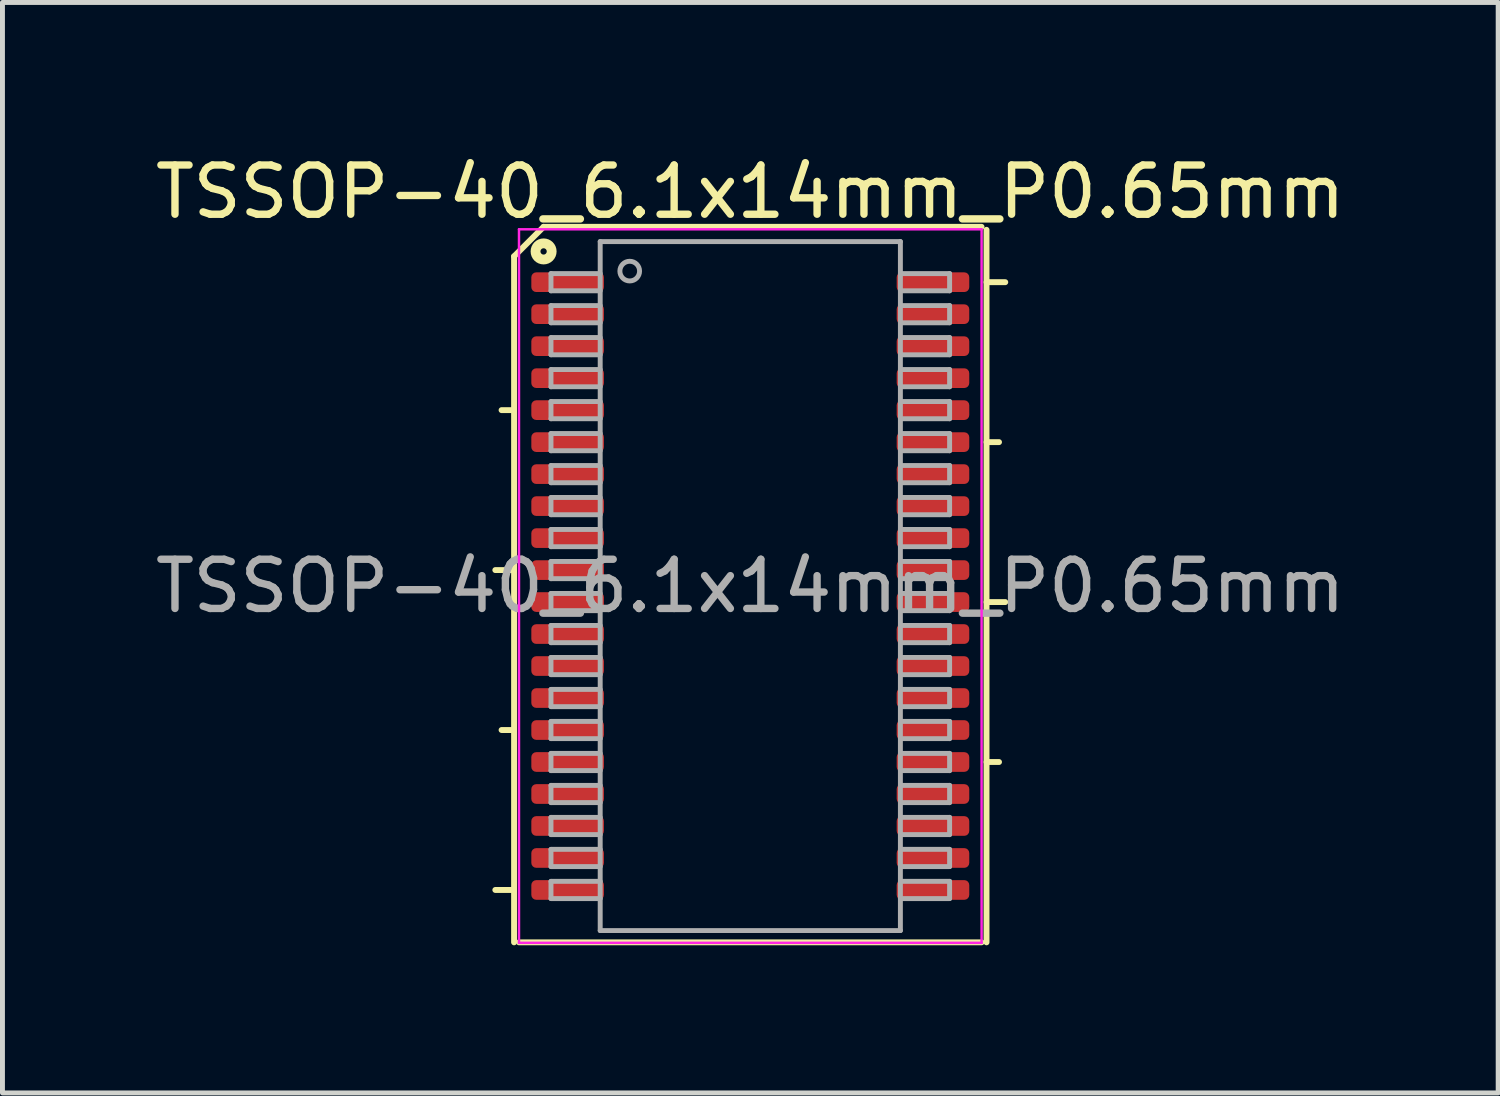
<source format=kicad_pcb>
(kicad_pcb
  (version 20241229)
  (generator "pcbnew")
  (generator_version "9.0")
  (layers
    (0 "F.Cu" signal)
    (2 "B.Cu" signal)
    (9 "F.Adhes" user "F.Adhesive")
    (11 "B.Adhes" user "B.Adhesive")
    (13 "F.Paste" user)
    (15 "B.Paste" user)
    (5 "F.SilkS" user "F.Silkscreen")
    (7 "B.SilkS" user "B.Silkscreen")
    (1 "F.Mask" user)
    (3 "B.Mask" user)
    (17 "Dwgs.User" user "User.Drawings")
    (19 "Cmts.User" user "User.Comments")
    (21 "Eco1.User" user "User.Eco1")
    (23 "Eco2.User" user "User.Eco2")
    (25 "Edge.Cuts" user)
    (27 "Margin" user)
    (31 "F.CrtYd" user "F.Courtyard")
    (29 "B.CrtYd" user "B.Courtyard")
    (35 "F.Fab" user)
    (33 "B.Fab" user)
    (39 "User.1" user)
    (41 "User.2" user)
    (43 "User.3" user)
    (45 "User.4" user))
  (footprint "TSSOP-40_6.1x14mm_P0.65mm"
    (layer "F.Cu")
    (at 12.196 8.859)
    (property "Reference" "TSSOP-40_6.1x14mm_P0.65mm" (at 0 -8.011 0) (layer "F.SilkS") (effects (font (size 1 1) (thickness 0.15))))
    (attr smd)
    (fp_line (start -4.8 -6.7) (end -4.8 7.239) (stroke (width 0.12) (type solid)) (layer "F.SilkS"))
    (fp_line (start -4.8 -6.7) (end -4.2 -7.3) (stroke (width 0.12) (type solid)) (layer "F.SilkS"))
    (fp_line (start -4.8 -3.575) (end -5.054 -3.575) (stroke (width 0.12) (type solid)) (layer "F.SilkS"))
    (fp_line (start -4.8 -0.325) (end -5.181 -0.325) (stroke (width 0.12) (type solid)) (layer "F.SilkS"))
    (fp_line (start -4.8 2.925) (end -5.054 2.925) (stroke (width 0.12) (type solid)) (layer "F.SilkS"))
    (fp_line (start -4.8 6.175) (end -5.181 6.175) (stroke (width 0.12) (type solid)) (layer "F.SilkS"))
    (fp_line (start -4.699 7.239) (end 4.699 7.239) (stroke (width 0.12) (type solid)) (layer "F.SilkS"))
    (fp_line (start 4.699 -7.3) (end -4.2 -7.3) (stroke (width 0.12) (type solid)) (layer "F.SilkS"))
    (fp_line (start 4.8 -6.175) (end 5.181 -6.175) (stroke (width 0.12) (type solid)) (layer "F.SilkS"))
    (fp_line (start 4.8 -2.925) (end 5.054 -2.925) (stroke (width 0.12) (type solid)) (layer "F.SilkS"))
    (fp_line (start 4.8 0.325) (end 5.181 0.325) (stroke (width 0.12) (type solid)) (layer "F.SilkS"))
    (fp_line (start 4.8 3.575) (end 5.054 3.575) (stroke (width 0.12) (type solid)) (layer "F.SilkS"))
    (fp_line (start 4.8 7.239) (end 4.8 -7.239) (stroke (width 0.12) (type solid)) (layer "F.SilkS"))
    (fp_circle (center -4.2 -6.8) (end -4.136 -6.8) (stroke (width 0.2) (type solid)) (fill no) (layer "F.SilkS"))
    (fp_line (start -4.7 -7.25) (end -4.7 7.25) (stroke (width 0.05) (type solid)) (layer "F.CrtYd"))
    (fp_line (start -4.7 7.25) (end 4.7 7.25) (stroke (width 0.05) (type solid)) (layer "F.CrtYd"))
    (fp_line (start 4.7 -7.25) (end -4.7 -7.25) (stroke (width 0.05) (type solid)) (layer "F.CrtYd"))
    (fp_line (start 4.7 7.25) (end 4.7 -7.25) (stroke (width 0.05) (type solid)) (layer "F.CrtYd"))
    (fp_line (start -4.05 -6.35) (end -4.05 -6) (stroke (width 0.1) (type solid)) (layer "F.Fab"))
    (fp_line (start -4.05 -6.35) (end -3.05 -6.35) (stroke (width 0.1) (type solid)) (layer "F.Fab"))
    (fp_line (start -4.05 -6) (end -3.05 -6) (stroke (width 0.1) (type solid)) (layer "F.Fab"))
    (fp_line (start -4.05 -5.7) (end -4.05 -5.35) (stroke (width 0.1) (type solid)) (layer "F.Fab"))
    (fp_line (start -4.05 -5.7) (end -3.05 -5.7) (stroke (width 0.1) (type solid)) (layer "F.Fab"))
    (fp_line (start -4.05 -5.35) (end -3.05 -5.35) (stroke (width 0.1) (type solid)) (layer "F.Fab"))
    (fp_line (start -4.05 -5.05) (end -4.05 -4.7) (stroke (width 0.1) (type solid)) (layer "F.Fab"))
    (fp_line (start -4.05 -5.05) (end -3.05 -5.05) (stroke (width 0.1) (type solid)) (layer "F.Fab"))
    (fp_line (start -4.05 -4.7) (end -3.05 -4.7) (stroke (width 0.1) (type solid)) (layer "F.Fab"))
    (fp_line (start -4.05 -4.4) (end -4.05 -4.05) (stroke (width 0.1) (type solid)) (layer "F.Fab"))
    (fp_line (start -4.05 -4.4) (end -3.05 -4.4) (stroke (width 0.1) (type solid)) (layer "F.Fab"))
    (fp_line (start -4.05 -4.05) (end -3.05 -4.05) (stroke (width 0.1) (type solid)) (layer "F.Fab"))
    (fp_line (start -4.05 -3.75) (end -4.05 -3.4) (stroke (width 0.1) (type solid)) (layer "F.Fab"))
    (fp_line (start -4.05 -3.75) (end -3.05 -3.75) (stroke (width 0.1) (type solid)) (layer "F.Fab"))
    (fp_line (start -4.05 -3.4) (end -3.05 -3.4) (stroke (width 0.1) (type solid)) (layer "F.Fab"))
    (fp_line (start -4.05 -3.1) (end -4.05 -2.75) (stroke (width 0.1) (type solid)) (layer "F.Fab"))
    (fp_line (start -4.05 -3.1) (end -3.05 -3.1) (stroke (width 0.1) (type solid)) (layer "F.Fab"))
    (fp_line (start -4.05 -2.75) (end -3.05 -2.75) (stroke (width 0.1) (type solid)) (layer "F.Fab"))
    (fp_line (start -4.05 -2.45) (end -4.05 -2.1) (stroke (width 0.1) (type solid)) (layer "F.Fab"))
    (fp_line (start -4.05 -2.45) (end -3.05 -2.45) (stroke (width 0.1) (type solid)) (layer "F.Fab"))
    (fp_line (start -4.05 -2.1) (end -3.05 -2.1) (stroke (width 0.1) (type solid)) (layer "F.Fab"))
    (fp_line (start -4.05 -1.8) (end -4.05 -1.45) (stroke (width 0.1) (type solid)) (layer "F.Fab"))
    (fp_line (start -4.05 -1.8) (end -3.05 -1.8) (stroke (width 0.1) (type solid)) (layer "F.Fab"))
    (fp_line (start -4.05 -1.45) (end -3.05 -1.45) (stroke (width 0.1) (type solid)) (layer "F.Fab"))
    (fp_line (start -4.05 -1.15) (end -4.05 -0.8) (stroke (width 0.1) (type solid)) (layer "F.Fab"))
    (fp_line (start -4.05 -1.15) (end -3.05 -1.15) (stroke (width 0.1) (type solid)) (layer "F.Fab"))
    (fp_line (start -4.05 -0.8) (end -3.05 -0.8) (stroke (width 0.1) (type solid)) (layer "F.Fab"))
    (fp_line (start -4.05 -0.5) (end -4.05 -0.15) (stroke (width 0.1) (type solid)) (layer "F.Fab"))
    (fp_line (start -4.05 -0.5) (end -3.05 -0.5) (stroke (width 0.1) (type solid)) (layer "F.Fab"))
    (fp_line (start -4.05 -0.15) (end -3.05 -0.15) (stroke (width 0.1) (type solid)) (layer "F.Fab"))
    (fp_line (start -4.05 0.15) (end -4.05 0.5) (stroke (width 0.1) (type solid)) (layer "F.Fab"))
    (fp_line (start -4.05 0.15) (end -3.05 0.15) (stroke (width 0.1) (type solid)) (layer "F.Fab"))
    (fp_line (start -4.05 0.5) (end -3.05 0.5) (stroke (width 0.1) (type solid)) (layer "F.Fab"))
    (fp_line (start -4.05 0.8) (end -4.05 1.15) (stroke (width 0.1) (type solid)) (layer "F.Fab"))
    (fp_line (start -4.05 0.8) (end -3.05 0.8) (stroke (width 0.1) (type solid)) (layer "F.Fab"))
    (fp_line (start -4.05 1.15) (end -3.05 1.15) (stroke (width 0.1) (type solid)) (layer "F.Fab"))
    (fp_line (start -4.05 1.45) (end -4.05 1.8) (stroke (width 0.1) (type solid)) (layer "F.Fab"))
    (fp_line (start -4.05 1.45) (end -3.05 1.45) (stroke (width 0.1) (type solid)) (layer "F.Fab"))
    (fp_line (start -4.05 1.8) (end -3.05 1.8) (stroke (width 0.1) (type solid)) (layer "F.Fab"))
    (fp_line (start -4.05 2.1) (end -4.05 2.45) (stroke (width 0.1) (type solid)) (layer "F.Fab"))
    (fp_line (start -4.05 2.1) (end -3.05 2.1) (stroke (width 0.1) (type solid)) (layer "F.Fab"))
    (fp_line (start -4.05 2.45) (end -3.05 2.45) (stroke (width 0.1) (type solid)) (layer "F.Fab"))
    (fp_line (start -4.05 2.75) (end -4.05 3.1) (stroke (width 0.1) (type solid)) (layer "F.Fab"))
    (fp_line (start -4.05 2.75) (end -3.05 2.75) (stroke (width 0.1) (type solid)) (layer "F.Fab"))
    (fp_line (start -4.05 3.1) (end -3.05 3.1) (stroke (width 0.1) (type solid)) (layer "F.Fab"))
    (fp_line (start -4.05 3.4) (end -4.05 3.75) (stroke (width 0.1) (type solid)) (layer "F.Fab"))
    (fp_line (start -4.05 3.4) (end -3.05 3.4) (stroke (width 0.1) (type solid)) (layer "F.Fab"))
    (fp_line (start -4.05 3.75) (end -3.05 3.75) (stroke (width 0.1) (type solid)) (layer "F.Fab"))
    (fp_line (start -4.05 4.05) (end -4.05 4.4) (stroke (width 0.1) (type solid)) (layer "F.Fab"))
    (fp_line (start -4.05 4.05) (end -3.05 4.05) (stroke (width 0.1) (type solid)) (layer "F.Fab"))
    (fp_line (start -4.05 4.4) (end -3.05 4.4) (stroke (width 0.1) (type solid)) (layer "F.Fab"))
    (fp_line (start -4.05 4.7) (end -4.05 5.05) (stroke (width 0.1) (type solid)) (layer "F.Fab"))
    (fp_line (start -4.05 4.7) (end -3.05 4.7) (stroke (width 0.1) (type solid)) (layer "F.Fab"))
    (fp_line (start -4.05 5.05) (end -3.05 5.05) (stroke (width 0.1) (type solid)) (layer "F.Fab"))
    (fp_line (start -4.05 5.35) (end -4.05 5.7) (stroke (width 0.1) (type solid)) (layer "F.Fab"))
    (fp_line (start -4.05 5.35) (end -3.05 5.35) (stroke (width 0.1) (type solid)) (layer "F.Fab"))
    (fp_line (start -4.05 5.7) (end -3.05 5.7) (stroke (width 0.1) (type solid)) (layer "F.Fab"))
    (fp_line (start -4.05 6) (end -4.05 6.35) (stroke (width 0.1) (type solid)) (layer "F.Fab"))
    (fp_line (start -4.05 6) (end -3.05 6) (stroke (width 0.1) (type solid)) (layer "F.Fab"))
    (fp_line (start -4.05 6.35) (end -3.05 6.35) (stroke (width 0.1) (type solid)) (layer "F.Fab"))
    (fp_line (start -3.05 -7) (end 3.05 -7) (stroke (width 0.1) (type solid)) (layer "F.Fab"))
    (fp_line (start -3.05 7) (end -3.05 -7) (stroke (width 0.1) (type solid)) (layer "F.Fab"))
    (fp_line (start 3.05 -7) (end 3.05 7) (stroke (width 0.1) (type solid)) (layer "F.Fab"))
    (fp_line (start 3.05 7) (end -3.05 7) (stroke (width 0.1) (type solid)) (layer "F.Fab"))
    (fp_line (start 4.05 -6.35) (end 3.05 -6.35) (stroke (width 0.1) (type solid)) (layer "F.Fab"))
    (fp_line (start 4.05 -6) (end 3.05 -6) (stroke (width 0.1) (type solid)) (layer "F.Fab"))
    (fp_line (start 4.05 -6) (end 4.05 -6.35) (stroke (width 0.1) (type solid)) (layer "F.Fab"))
    (fp_line (start 4.05 -5.7) (end 3.05 -5.7) (stroke (width 0.1) (type solid)) (layer "F.Fab"))
    (fp_line (start 4.05 -5.35) (end 3.05 -5.35) (stroke (width 0.1) (type solid)) (layer "F.Fab"))
    (fp_line (start 4.05 -5.35) (end 4.05 -5.7) (stroke (width 0.1) (type solid)) (layer "F.Fab"))
    (fp_line (start 4.05 -5.05) (end 3.05 -5.05) (stroke (width 0.1) (type solid)) (layer "F.Fab"))
    (fp_line (start 4.05 -4.7) (end 3.05 -4.7) (stroke (width 0.1) (type solid)) (layer "F.Fab"))
    (fp_line (start 4.05 -4.7) (end 4.05 -5.05) (stroke (width 0.1) (type solid)) (layer "F.Fab"))
    (fp_line (start 4.05 -4.4) (end 3.05 -4.4) (stroke (width 0.1) (type solid)) (layer "F.Fab"))
    (fp_line (start 4.05 -4.05) (end 3.05 -4.05) (stroke (width 0.1) (type solid)) (layer "F.Fab"))
    (fp_line (start 4.05 -4.05) (end 4.05 -4.4) (stroke (width 0.1) (type solid)) (layer "F.Fab"))
    (fp_line (start 4.05 -3.75) (end 3.05 -3.75) (stroke (width 0.1) (type solid)) (layer "F.Fab"))
    (fp_line (start 4.05 -3.4) (end 3.05 -3.4) (stroke (width 0.1) (type solid)) (layer "F.Fab"))
    (fp_line (start 4.05 -3.4) (end 4.05 -3.75) (stroke (width 0.1) (type solid)) (layer "F.Fab"))
    (fp_line (start 4.05 -3.1) (end 3.05 -3.1) (stroke (width 0.1) (type solid)) (layer "F.Fab"))
    (fp_line (start 4.05 -2.75) (end 3.05 -2.75) (stroke (width 0.1) (type solid)) (layer "F.Fab"))
    (fp_line (start 4.05 -2.75) (end 4.05 -3.1) (stroke (width 0.1) (type solid)) (layer "F.Fab"))
    (fp_line (start 4.05 -2.45) (end 3.05 -2.45) (stroke (width 0.1) (type solid)) (layer "F.Fab"))
    (fp_line (start 4.05 -2.1) (end 3.05 -2.1) (stroke (width 0.1) (type solid)) (layer "F.Fab"))
    (fp_line (start 4.05 -2.1) (end 4.05 -2.45) (stroke (width 0.1) (type solid)) (layer "F.Fab"))
    (fp_line (start 4.05 -1.8) (end 3.05 -1.8) (stroke (width 0.1) (type solid)) (layer "F.Fab"))
    (fp_line (start 4.05 -1.45) (end 3.05 -1.45) (stroke (width 0.1) (type solid)) (layer "F.Fab"))
    (fp_line (start 4.05 -1.45) (end 4.05 -1.8) (stroke (width 0.1) (type solid)) (layer "F.Fab"))
    (fp_line (start 4.05 -1.15) (end 3.05 -1.15) (stroke (width 0.1) (type solid)) (layer "F.Fab"))
    (fp_line (start 4.05 -0.8) (end 3.05 -0.8) (stroke (width 0.1) (type solid)) (layer "F.Fab"))
    (fp_line (start 4.05 -0.8) (end 4.05 -1.15) (stroke (width 0.1) (type solid)) (layer "F.Fab"))
    (fp_line (start 4.05 -0.5) (end 3.05 -0.5) (stroke (width 0.1) (type solid)) (layer "F.Fab"))
    (fp_line (start 4.05 -0.15) (end 3.05 -0.15) (stroke (width 0.1) (type solid)) (layer "F.Fab"))
    (fp_line (start 4.05 -0.15) (end 4.05 -0.5) (stroke (width 0.1) (type solid)) (layer "F.Fab"))
    (fp_line (start 4.05 0.15) (end 3.05 0.15) (stroke (width 0.1) (type solid)) (layer "F.Fab"))
    (fp_line (start 4.05 0.5) (end 3.05 0.5) (stroke (width 0.1) (type solid)) (layer "F.Fab"))
    (fp_line (start 4.05 0.5) (end 4.05 0.15) (stroke (width 0.1) (type solid)) (layer "F.Fab"))
    (fp_line (start 4.05 0.8) (end 3.05 0.8) (stroke (width 0.1) (type solid)) (layer "F.Fab"))
    (fp_line (start 4.05 1.15) (end 3.05 1.15) (stroke (width 0.1) (type solid)) (layer "F.Fab"))
    (fp_line (start 4.05 1.15) (end 4.05 0.8) (stroke (width 0.1) (type solid)) (layer "F.Fab"))
    (fp_line (start 4.05 1.45) (end 3.05 1.45) (stroke (width 0.1) (type solid)) (layer "F.Fab"))
    (fp_line (start 4.05 1.8) (end 3.05 1.8) (stroke (width 0.1) (type solid)) (layer "F.Fab"))
    (fp_line (start 4.05 1.8) (end 4.05 1.45) (stroke (width 0.1) (type solid)) (layer "F.Fab"))
    (fp_line (start 4.05 2.1) (end 3.05 2.1) (stroke (width 0.1) (type solid)) (layer "F.Fab"))
    (fp_line (start 4.05 2.45) (end 3.05 2.45) (stroke (width 0.1) (type solid)) (layer "F.Fab"))
    (fp_line (start 4.05 2.45) (end 4.05 2.1) (stroke (width 0.1) (type solid)) (layer "F.Fab"))
    (fp_line (start 4.05 2.75) (end 3.05 2.75) (stroke (width 0.1) (type solid)) (layer "F.Fab"))
    (fp_line (start 4.05 3.1) (end 3.05 3.1) (stroke (width 0.1) (type solid)) (layer "F.Fab"))
    (fp_line (start 4.05 3.1) (end 4.05 2.75) (stroke (width 0.1) (type solid)) (layer "F.Fab"))
    (fp_line (start 4.05 3.4) (end 3.05 3.4) (stroke (width 0.1) (type solid)) (layer "F.Fab"))
    (fp_line (start 4.05 3.75) (end 3.05 3.75) (stroke (width 0.1) (type solid)) (layer "F.Fab"))
    (fp_line (start 4.05 3.75) (end 4.05 3.4) (stroke (width 0.1) (type solid)) (layer "F.Fab"))
    (fp_line (start 4.05 4.05) (end 3.05 4.05) (stroke (width 0.1) (type solid)) (layer "F.Fab"))
    (fp_line (start 4.05 4.4) (end 3.05 4.4) (stroke (width 0.1) (type solid)) (layer "F.Fab"))
    (fp_line (start 4.05 4.4) (end 4.05 4.05) (stroke (width 0.1) (type solid)) (layer "F.Fab"))
    (fp_line (start 4.05 4.7) (end 3.05 4.7) (stroke (width 0.1) (type solid)) (layer "F.Fab"))
    (fp_line (start 4.05 5.05) (end 3.05 5.05) (stroke (width 0.1) (type solid)) (layer "F.Fab"))
    (fp_line (start 4.05 5.05) (end 4.05 4.7) (stroke (width 0.1) (type solid)) (layer "F.Fab"))
    (fp_line (start 4.05 5.35) (end 3.05 5.35) (stroke (width 0.1) (type solid)) (layer "F.Fab"))
    (fp_line (start 4.05 5.7) (end 3.05 5.7) (stroke (width 0.1) (type solid)) (layer "F.Fab"))
    (fp_line (start 4.05 5.7) (end 4.05 5.35) (stroke (width 0.1) (type solid)) (layer "F.Fab"))
    (fp_line (start 4.05 6) (end 3.05 6) (stroke (width 0.1) (type solid)) (layer "F.Fab"))
    (fp_line (start 4.05 6.35) (end 3.05 6.35) (stroke (width 0.1) (type solid)) (layer "F.Fab"))
    (fp_line (start 4.05 6.35) (end 4.05 6) (stroke (width 0.1) (type solid)) (layer "F.Fab"))
    (fp_circle (center -2.45 -6.4) (end -2.25 -6.4) (stroke (width 0.1) (type solid)) (fill no) (layer "F.Fab"))
    (fp_text user "${REFERENCE}" (at 0 0 0) (layer "F.Fab") (effects (font (size 1 1) (thickness 0.15))))
    (pad "1" smd roundrect (at -3.712 -6.175) (size 1.475 0.4) (layers "F.Cu" "F.Mask" "F.Paste") (roundrect_rratio 0.25))
    (pad "2" smd roundrect (at -3.712 -5.525) (size 1.475 0.4) (layers "F.Cu" "F.Mask" "F.Paste") (roundrect_rratio 0.25))
    (pad "3" smd roundrect (at -3.712 -4.875) (size 1.475 0.4) (layers "F.Cu" "F.Mask" "F.Paste") (roundrect_rratio 0.25))
    (pad "4" smd roundrect (at -3.712 -4.225) (size 1.475 0.4) (layers "F.Cu" "F.Mask" "F.Paste") (roundrect_rratio 0.25))
    (pad "5" smd roundrect (at -3.712 -3.575) (size 1.475 0.4) (layers "F.Cu" "F.Mask" "F.Paste") (roundrect_rratio 0.25))
    (pad "6" smd roundrect (at -3.712 -2.925) (size 1.475 0.4) (layers "F.Cu" "F.Mask" "F.Paste") (roundrect_rratio 0.25))
    (pad "7" smd roundrect (at -3.712 -2.275) (size 1.475 0.4) (layers "F.Cu" "F.Mask" "F.Paste") (roundrect_rratio 0.25))
    (pad "8" smd roundrect (at -3.712 -1.625) (size 1.475 0.4) (layers "F.Cu" "F.Mask" "F.Paste") (roundrect_rratio 0.25))
    (pad "9" smd roundrect (at -3.712 -0.975) (size 1.475 0.4) (layers "F.Cu" "F.Mask" "F.Paste") (roundrect_rratio 0.25))
    (pad "10" smd roundrect (at -3.712 -0.325) (size 1.475 0.4) (layers "F.Cu" "F.Mask" "F.Paste") (roundrect_rratio 0.25))
    (pad "11" smd roundrect (at -3.712 0.325) (size 1.475 0.4) (layers "F.Cu" "F.Mask" "F.Paste") (roundrect_rratio 0.25))
    (pad "12" smd roundrect (at -3.712 0.975) (size 1.475 0.4) (layers "F.Cu" "F.Mask" "F.Paste") (roundrect_rratio 0.25))
    (pad "13" smd roundrect (at -3.712 1.625) (size 1.475 0.4) (layers "F.Cu" "F.Mask" "F.Paste") (roundrect_rratio 0.25))
    (pad "14" smd roundrect (at -3.712 2.275) (size 1.475 0.4) (layers "F.Cu" "F.Mask" "F.Paste") (roundrect_rratio 0.25))
    (pad "15" smd roundrect (at -3.712 2.925) (size 1.475 0.4) (layers "F.Cu" "F.Mask" "F.Paste") (roundrect_rratio 0.25))
    (pad "16" smd roundrect (at -3.712 3.575) (size 1.475 0.4) (layers "F.Cu" "F.Mask" "F.Paste") (roundrect_rratio 0.25))
    (pad "17" smd roundrect (at -3.712 4.225) (size 1.475 0.4) (layers "F.Cu" "F.Mask" "F.Paste") (roundrect_rratio 0.25))
    (pad "18" smd roundrect (at -3.712 4.875) (size 1.475 0.4) (layers "F.Cu" "F.Mask" "F.Paste") (roundrect_rratio 0.25))
    (pad "19" smd roundrect (at -3.712 5.525) (size 1.475 0.4) (layers "F.Cu" "F.Mask" "F.Paste") (roundrect_rratio 0.25))
    (pad "20" smd roundrect (at -3.712 6.175) (size 1.475 0.4) (layers "F.Cu" "F.Mask" "F.Paste") (roundrect_rratio 0.25))
    (pad "21" smd roundrect (at 3.712 6.175) (size 1.475 0.4) (layers "F.Cu" "F.Mask" "F.Paste") (roundrect_rratio 0.25))
    (pad "22" smd roundrect (at 3.712 5.525) (size 1.475 0.4) (layers "F.Cu" "F.Mask" "F.Paste") (roundrect_rratio 0.25))
    (pad "23" smd roundrect (at 3.712 4.875) (size 1.475 0.4) (layers "F.Cu" "F.Mask" "F.Paste") (roundrect_rratio 0.25))
    (pad "24" smd roundrect (at 3.712 4.225) (size 1.475 0.4) (layers "F.Cu" "F.Mask" "F.Paste") (roundrect_rratio 0.25))
    (pad "25" smd roundrect (at 3.712 3.575) (size 1.475 0.4) (layers "F.Cu" "F.Mask" "F.Paste") (roundrect_rratio 0.25))
    (pad "26" smd roundrect (at 3.712 2.925) (size 1.475 0.4) (layers "F.Cu" "F.Mask" "F.Paste") (roundrect_rratio 0.25))
    (pad "27" smd roundrect (at 3.712 2.275) (size 1.475 0.4) (layers "F.Cu" "F.Mask" "F.Paste") (roundrect_rratio 0.25))
    (pad "28" smd roundrect (at 3.712 1.625) (size 1.475 0.4) (layers "F.Cu" "F.Mask" "F.Paste") (roundrect_rratio 0.25))
    (pad "29" smd roundrect (at 3.712 0.975) (size 1.475 0.4) (layers "F.Cu" "F.Mask" "F.Paste") (roundrect_rratio 0.25))
    (pad "30" smd roundrect (at 3.712 0.325) (size 1.475 0.4) (layers "F.Cu" "F.Mask" "F.Paste") (roundrect_rratio 0.25))
    (pad "31" smd roundrect (at 3.712 -0.325) (size 1.475 0.4) (layers "F.Cu" "F.Mask" "F.Paste") (roundrect_rratio 0.25))
    (pad "32" smd roundrect (at 3.712 -0.975) (size 1.475 0.4) (layers "F.Cu" "F.Mask" "F.Paste") (roundrect_rratio 0.25))
    (pad "33" smd roundrect (at 3.712 -1.625) (size 1.475 0.4) (layers "F.Cu" "F.Mask" "F.Paste") (roundrect_rratio 0.25))
    (pad "34" smd roundrect (at 3.712 -2.275) (size 1.475 0.4) (layers "F.Cu" "F.Mask" "F.Paste") (roundrect_rratio 0.25))
    (pad "35" smd roundrect (at 3.712 -2.925) (size 1.475 0.4) (layers "F.Cu" "F.Mask" "F.Paste") (roundrect_rratio 0.25))
    (pad "36" smd roundrect (at 3.712 -3.575) (size 1.475 0.4) (layers "F.Cu" "F.Mask" "F.Paste") (roundrect_rratio 0.25))
    (pad "37" smd roundrect (at 3.712 -4.225) (size 1.475 0.4) (layers "F.Cu" "F.Mask" "F.Paste") (roundrect_rratio 0.25))
    (pad "38" smd roundrect (at 3.712 -4.875) (size 1.475 0.4) (layers "F.Cu" "F.Mask" "F.Paste") (roundrect_rratio 0.25))
    (pad "39" smd roundrect (at 3.712 -5.525) (size 1.475 0.4) (layers "F.Cu" "F.Mask" "F.Paste") (roundrect_rratio 0.25))
    (pad "40" smd roundrect (at 3.712 -6.175) (size 1.475 0.4) (layers "F.Cu" "F.Mask" "F.Paste") (roundrect_rratio 0.25)))
  (gr_rect
    (start -3 -3)
    (end 27.393 19.158)
    (stroke (width 0.1) (type default))
    (fill no)
    (layer "Edge.Cuts")))
</source>
